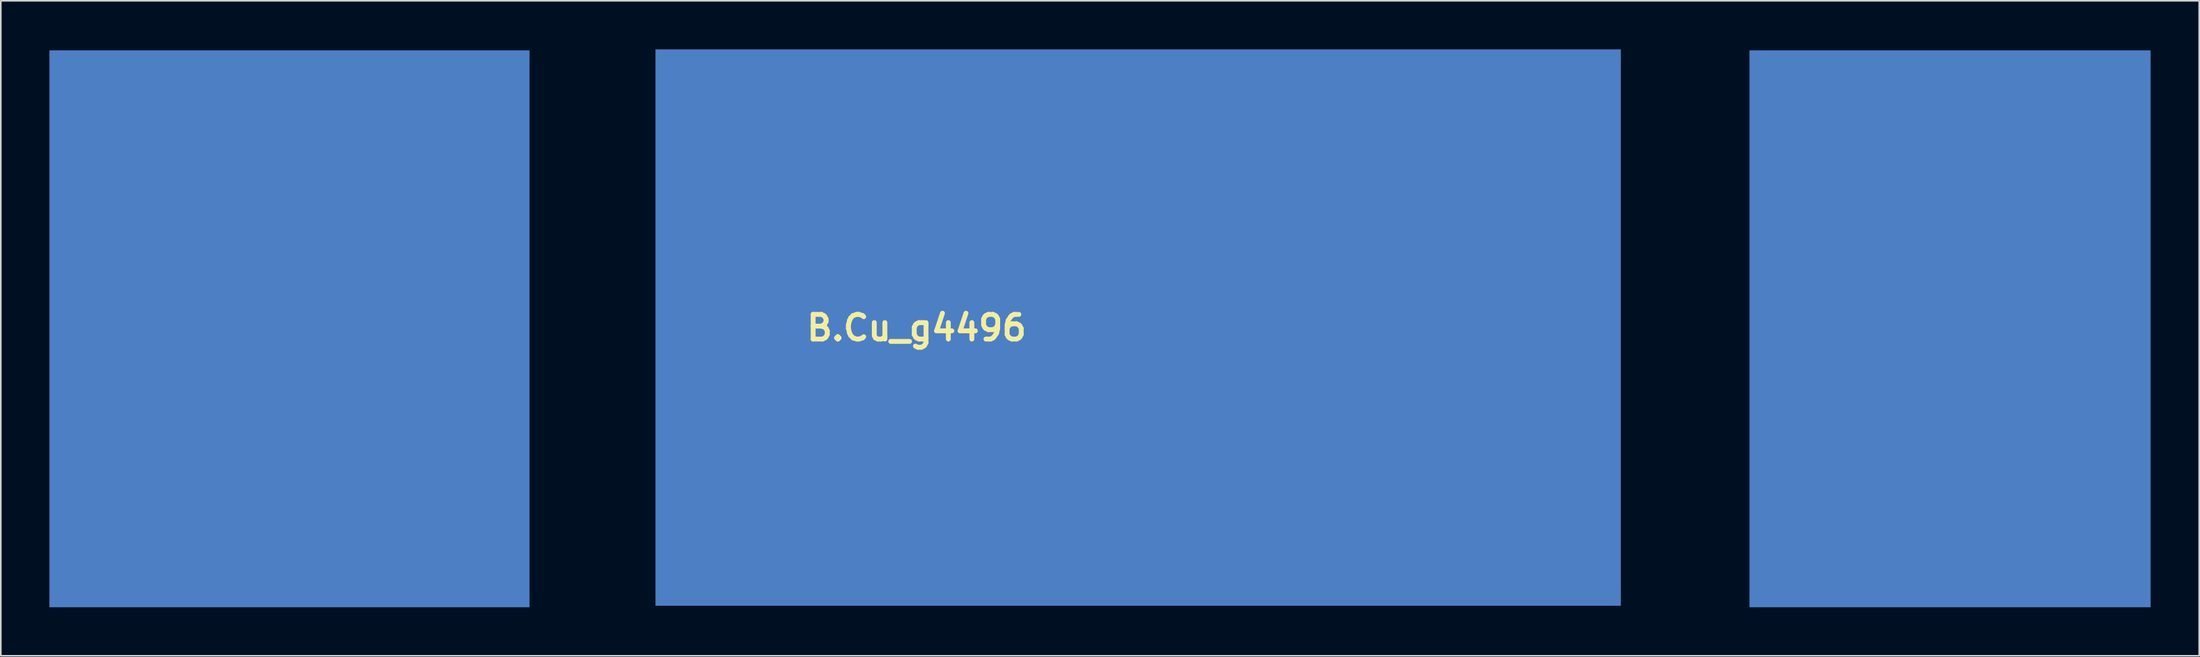
<source format=kicad_pcb>
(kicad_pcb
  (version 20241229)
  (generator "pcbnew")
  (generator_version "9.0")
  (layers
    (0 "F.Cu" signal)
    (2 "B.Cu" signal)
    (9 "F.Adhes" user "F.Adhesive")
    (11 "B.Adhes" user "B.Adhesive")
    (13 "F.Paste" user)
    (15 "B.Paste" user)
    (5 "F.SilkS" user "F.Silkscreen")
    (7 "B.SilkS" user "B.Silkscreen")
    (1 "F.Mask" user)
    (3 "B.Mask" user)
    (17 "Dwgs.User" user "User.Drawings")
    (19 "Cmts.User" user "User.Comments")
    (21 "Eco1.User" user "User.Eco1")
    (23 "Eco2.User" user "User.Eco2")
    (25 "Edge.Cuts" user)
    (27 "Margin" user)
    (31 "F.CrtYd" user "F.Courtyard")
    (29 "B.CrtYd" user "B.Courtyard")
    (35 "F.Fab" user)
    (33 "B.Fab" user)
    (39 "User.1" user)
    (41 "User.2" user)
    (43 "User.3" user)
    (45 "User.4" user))
  (footprint "B.Cu_g4496"
    (layer "F.Cu")
    (at 53.535 17.201)
    (property "Reference" "B.Cu_g4496" (at 0 0 0) (layer "F.SilkS") (effects (font (size 1.524 1.524) (thickness 0.3))))
    (attr through_hole)
    (fp_poly (pts (xy -23.901 17.247) (xy -53.531 17.247) (xy -53.531 -17.132) (xy -23.901 -17.132) (xy -23.901 17.247)) (stroke (width 0.01) (type solid)) (fill yes) (layer "B.Cu"))
    (fp_poly (pts (xy 43.472 17.158) (xy -16.116 17.158) (xy -16.116 -17.196) (xy 43.472 -17.196) (xy 43.472 17.158)) (stroke (width 0.01) (type solid)) (fill yes) (layer "B.Cu"))
    (fp_poly (pts (xy 76.175 17.247) (xy 51.422 17.247) (xy 51.422 -17.132) (xy 76.175 -17.132) (xy 76.175 17.247)) (stroke (width 0.01) (type solid)) (fill yes) (layer "B.Cu")))
  (gr_rect
    (start -3 -3)
    (end 132.715 37.452)
    (stroke (width 0.1) (type default))
    (fill no)
    (layer "Edge.Cuts")))
</source>
